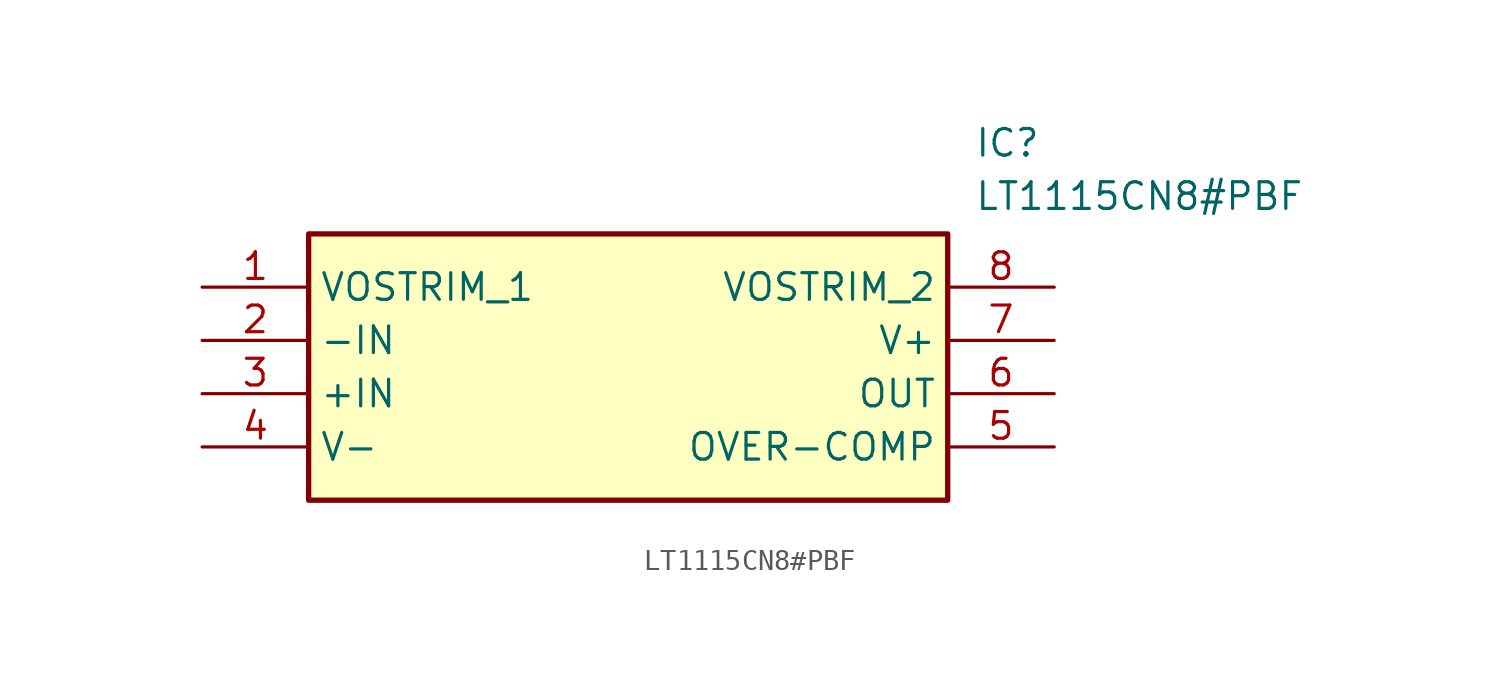
<source format=kicad_sym>
(kicad_symbol_lib
  (version 20211014)
  (generator SamacSys_ECAD_Model)
  (symbol "LT1115CN8#PBF"
    (property "Reference" "IC"
      (at 36.83 7.62 0)
      (effects (font (size 1.27 1.27)) (justify left top)))
    (property "Value" "LT1115CN8#PBF"
      (at 36.83 5.08 0)
      (effects (font (size 1.27 1.27)) (justify left top)))
    (rectangle
      (start 5.08 2.54)
      (end 35.56 -10.16)
      (stroke (width 0.254) (type default))
      (fill (type background)))
    (pin passive line
      (at 0 0 0)
      (length 5.08)
      (name "VOSTRIM_1" (effects (font (size 1.27 1.27))))
      (number "1" (effects (font (size 1.27 1.27)))))
    (pin passive line
      (at 0 -2.54 0)
      (length 5.08)
      (name "-IN" (effects (font (size 1.27 1.27))))
      (number "2" (effects (font (size 1.27 1.27)))))
    (pin passive line
      (at 0 -5.08 0)
      (length 5.08)
      (name "+IN" (effects (font (size 1.27 1.27))))
      (number "3" (effects (font (size 1.27 1.27)))))
    (pin passive line
      (at 0 -7.62 0)
      (length 5.08)
      (name "V-" (effects (font (size 1.27 1.27))))
      (number "4" (effects (font (size 1.27 1.27)))))
    (pin passive line
      (at 40.64 0 180)
      (length 5.08)
      (name "VOSTRIM_2" (effects (font (size 1.27 1.27))))
      (number "8" (effects (font (size 1.27 1.27)))))
    (pin passive line
      (at 40.64 -2.54 180)
      (length 5.08)
      (name "V+" (effects (font (size 1.27 1.27))))
      (number "7" (effects (font (size 1.27 1.27)))))
    (pin passive line
      (at 40.64 -5.08 180)
      (length 5.08)
      (name "OUT" (effects (font (size 1.27 1.27))))
      (number "6" (effects (font (size 1.27 1.27)))))
    (pin passive line
      (at 40.64 -7.62 180)
      (length 5.08)
      (name "OVER-COMP" (effects (font (size 1.27 1.27))))
      (number "5" (effects (font (size 1.27 1.27)))))))
</source>
